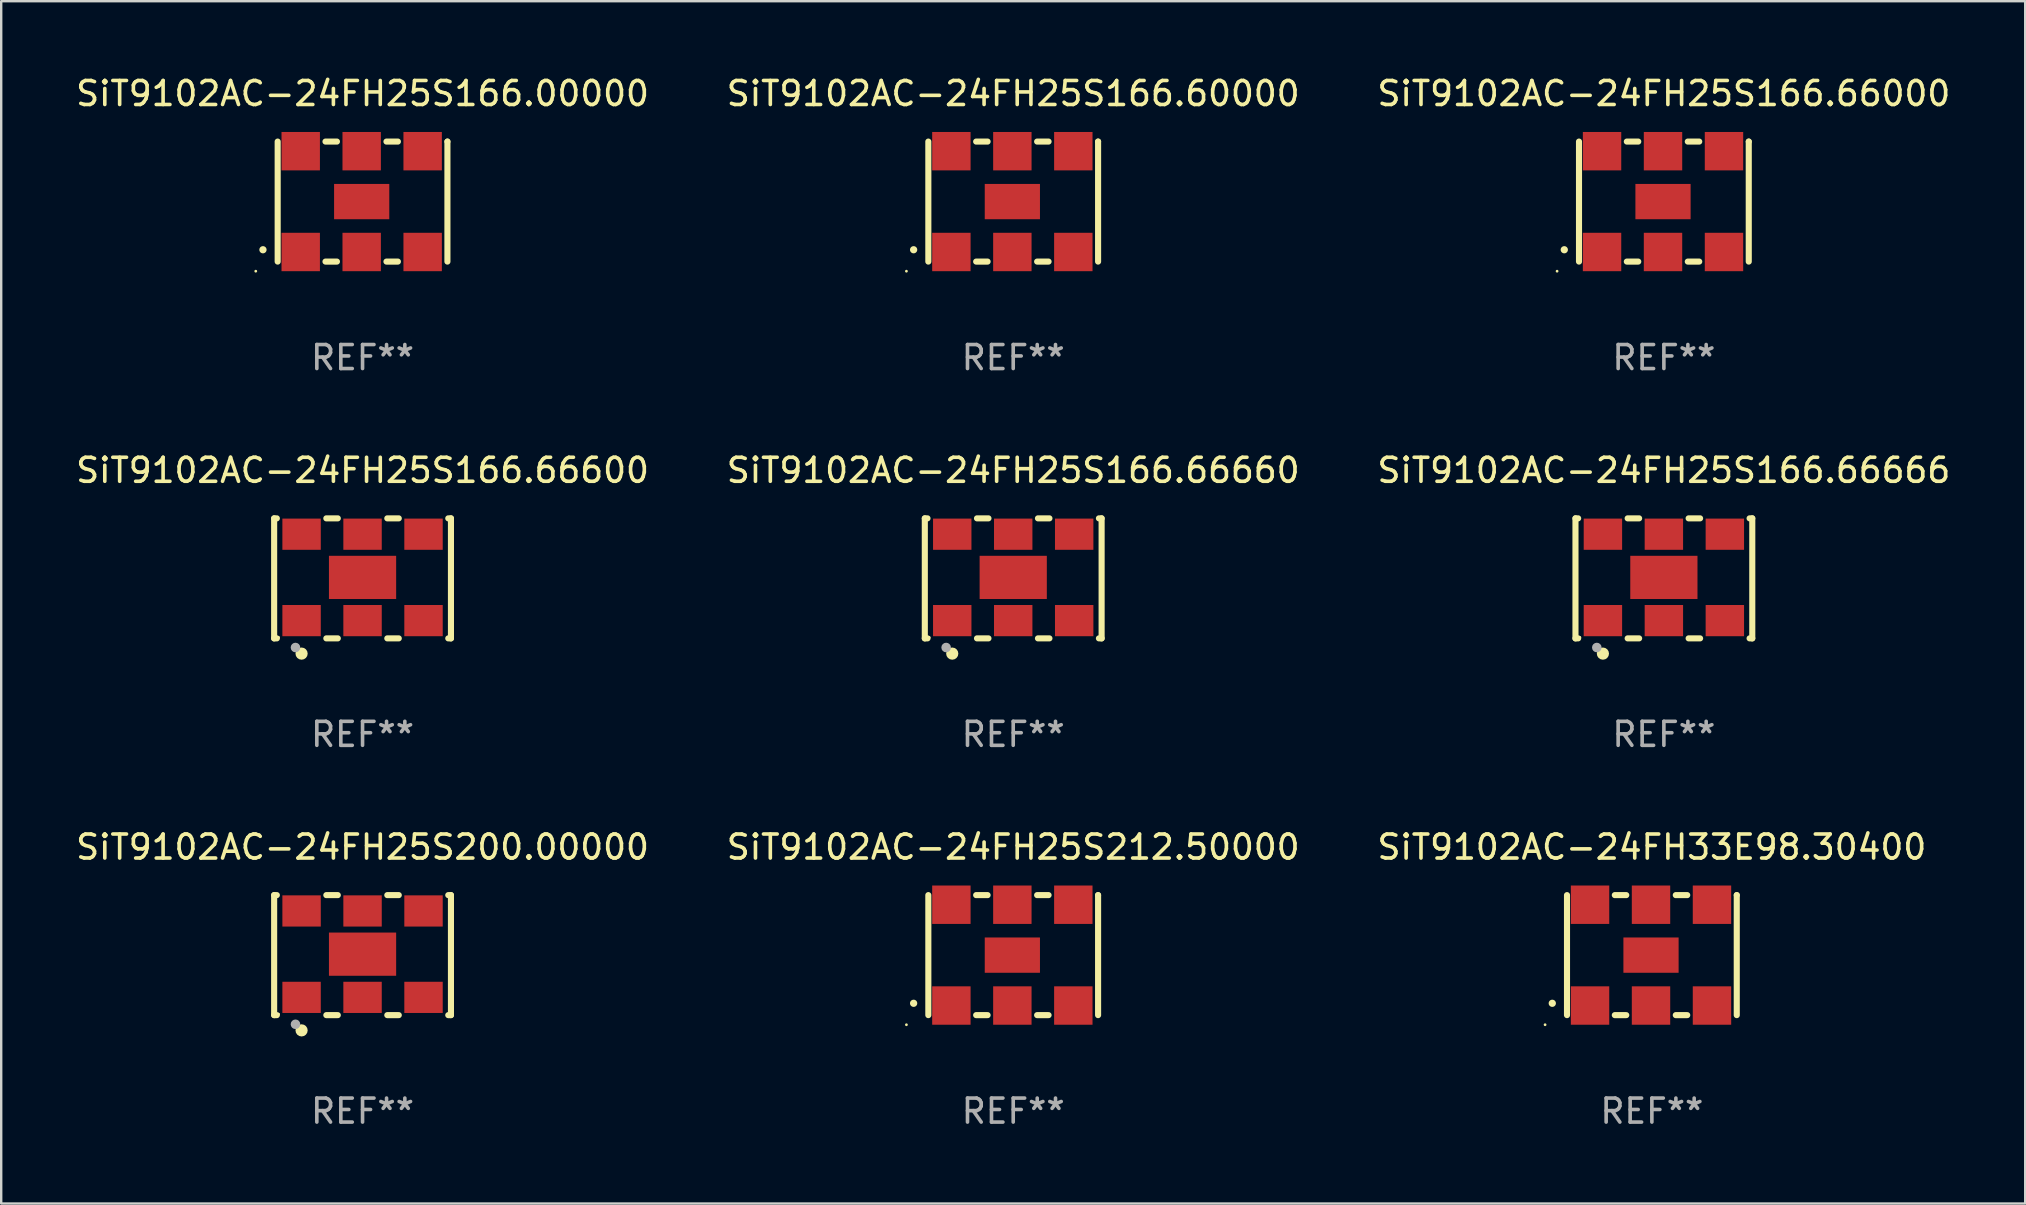
<source format=kicad_pcb>
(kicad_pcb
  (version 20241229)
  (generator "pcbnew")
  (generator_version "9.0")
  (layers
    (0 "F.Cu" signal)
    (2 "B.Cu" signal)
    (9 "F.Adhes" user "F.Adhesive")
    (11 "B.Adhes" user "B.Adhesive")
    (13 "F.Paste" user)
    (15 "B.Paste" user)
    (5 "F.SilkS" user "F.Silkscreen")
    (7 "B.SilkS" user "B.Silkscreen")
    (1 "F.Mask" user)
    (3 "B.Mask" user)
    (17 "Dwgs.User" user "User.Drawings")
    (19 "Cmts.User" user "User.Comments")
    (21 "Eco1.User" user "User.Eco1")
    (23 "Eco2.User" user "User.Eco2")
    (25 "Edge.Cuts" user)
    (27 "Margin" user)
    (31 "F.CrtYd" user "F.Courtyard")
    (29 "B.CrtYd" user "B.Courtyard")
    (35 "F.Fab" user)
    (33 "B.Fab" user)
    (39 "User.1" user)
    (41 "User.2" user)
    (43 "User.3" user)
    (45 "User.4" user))
  (footprint "SiT9102AC-24FH25S166.66000"
    (layer "F.Cu")
    (at 66.268 5.348)
    (property "Reference" "SiT9102AC-24FH25S166.66000" (at 0 -4.5 0) (layer "F.SilkS") (effects (font (size 1 1) (thickness 0.15))))
    (attr through_hole)
    (fp_line (start -3.536 -2.5) (end -3.536 2.5) (stroke (width 0.254) (type solid)) (layer "F.SilkS"))
    (fp_line (start -1.544 2.5) (end -1.067 2.5) (stroke (width 0.254) (type solid)) (layer "F.SilkS"))
    (fp_line (start -1.067 -2.5) (end -1.544 -2.5) (stroke (width 0.254) (type solid)) (layer "F.SilkS"))
    (fp_line (start 0.996 2.5) (end 1.473 2.5) (stroke (width 0.254) (type solid)) (layer "F.SilkS"))
    (fp_line (start 1.473 -2.5) (end 0.996 -2.5) (stroke (width 0.254) (type solid)) (layer "F.SilkS"))
    (fp_line (start 3.536 -2.5) (end 3.536 -2.5) (stroke (width 0.254) (type solid)) (layer "F.SilkS"))
    (fp_line (start 3.536 2.5) (end 3.536 -2.5) (stroke (width 0.254) (type solid)) (layer "F.SilkS"))
    (fp_arc (start -4.150432 2.006604) (mid -4.149162 2.006599) (end -4.147892 2.006604) (stroke (width 0.3) (type solid)) (layer "F.SilkS"))
    (fp_circle (center -4.449 2.9) (end -4.419 2.9) (stroke (width 0.06) (type solid)) (fill no) (layer "F.SilkS"))
    (fp_text user "REF**" (at 0 6.5 0) (layer "F.Fab") (effects (font (size 1 1) (thickness 0.15))))
    (pad "1" smd rect (at -2.576 2.1) (size 1.6 1.6) (layers "F.Cu" "F.Mask" "F.Paste"))
    (pad "2" smd rect (at -0.036 2.1) (size 1.6 1.6) (layers "F.Cu" "F.Mask" "F.Paste"))
    (pad "3" smd rect (at 2.504 2.1) (size 1.6 1.6) (layers "F.Cu" "F.Mask" "F.Paste"))
    (pad "4" smd rect (at 2.504 -2.1) (size 1.6 1.6) (layers "F.Cu" "F.Mask" "F.Paste"))
    (pad "5" smd rect (at -0.036 -2.1) (size 1.6 1.6) (layers "F.Cu" "F.Mask" "F.Paste"))
    (pad "6" smd rect (at -2.576 -2.1) (size 1.6 1.6) (layers "F.Cu" "F.Mask" "F.Paste"))
    (pad "7" smd rect (at -0.036 0) (size 2.3 1.47) (layers "F.Cu" "F.Mask" "F.Paste")))
  (footprint "SiT9102AC-24FH25S200.00000"
    (layer "F.Cu")
    (at 12.054 36.741)
    (property "Reference" "SiT9102AC-24FH25S200.00000" (at 0 -4.5 0) (layer "F.SilkS") (effects (font (size 1 1) (thickness 0.15))))
    (attr through_hole)
    (fp_line (start -3.683 -2.5) (end -3.571 -2.5) (stroke (width 0.254) (type solid)) (layer "F.SilkS"))
    (fp_line (start -3.683 2.5) (end -3.683 -2.5) (stroke (width 0.254) (type solid)) (layer "F.SilkS"))
    (fp_line (start -3.683 2.5) (end -3.571 2.5) (stroke (width 0.254) (type solid)) (layer "F.SilkS"))
    (fp_line (start -1.509 -2.5) (end -1.031 -2.5) (stroke (width 0.254) (type solid)) (layer "F.SilkS"))
    (fp_line (start -1.509 2.5) (end -1.031 2.5) (stroke (width 0.254) (type solid)) (layer "F.SilkS"))
    (fp_line (start 1.031 -2.5) (end 1.509 -2.5) (stroke (width 0.254) (type solid)) (layer "F.SilkS"))
    (fp_line (start 1.031 2.5) (end 1.509 2.5) (stroke (width 0.254) (type solid)) (layer "F.SilkS"))
    (fp_line (start 3.571 -2.5) (end 3.683 -2.5) (stroke (width 0.254) (type solid)) (layer "F.SilkS"))
    (fp_line (start 3.571 2.5) (end 3.683 2.5) (stroke (width 0.254) (type solid)) (layer "F.SilkS"))
    (fp_line (start 3.683 2.5) (end 3.683 -2.5) (stroke (width 0.254) (type solid)) (layer "F.SilkS"))
    (fp_circle (center -3.5 2.46) (end -3.47 2.46) (stroke (width 0.06) (type solid)) (fill no) (layer "F.SilkS"))
    (fp_circle (center -2.54 3.135) (end -2.413 3.135) (stroke (width 0.254) (type solid)) (fill no) (layer "F.SilkS"))
    (fp_circle (center -2.794 2.881) (end -2.694 2.881) (stroke (width 0.2) (type solid)) (fill no) (layer "F.Fab"))
    (fp_text user "REF**" (at 0 6.5 0) (layer "F.Fab") (effects (font (size 1 1) (thickness 0.15))))
    (pad "1" smd rect (at -2.54 1.76) (size 1.6 1.3) (layers "F.Cu" "F.Mask" "F.Paste"))
    (pad "2" smd rect (at 0 1.76) (size 1.6 1.3) (layers "F.Cu" "F.Mask" "F.Paste"))
    (pad "3" smd rect (at 2.54 1.76) (size 1.6 1.3) (layers "F.Cu" "F.Mask" "F.Paste"))
    (pad "4" smd rect (at 2.54 -1.84) (size 1.6 1.3) (layers "F.Cu" "F.Mask" "F.Paste"))
    (pad "5" smd rect (at 0 -1.84) (size 1.6 1.3) (layers "F.Cu" "F.Mask" "F.Paste"))
    (pad "6" smd rect (at -2.54 -1.84) (size 1.6 1.3) (layers "F.Cu" "F.Mask" "F.Paste"))
    (pad "7" smd rect (at 0 -0.04) (size 2.8 1.8) (layers "F.Cu" "F.Mask" "F.Paste")))
  (footprint "SiT9102AC-24FH25S212.50000"
    (layer "F.Cu")
    (at 39.161 36.741)
    (property "Reference" "SiT9102AC-24FH25S212.50000" (at 0 -4.5 0) (layer "F.SilkS") (effects (font (size 1 1) (thickness 0.15))))
    (attr through_hole)
    (fp_line (start -3.536 -2.5) (end -3.536 2.5) (stroke (width 0.254) (type solid)) (layer "F.SilkS"))
    (fp_line (start -1.544 2.5) (end -1.067 2.5) (stroke (width 0.254) (type solid)) (layer "F.SilkS"))
    (fp_line (start -1.067 -2.5) (end -1.544 -2.5) (stroke (width 0.254) (type solid)) (layer "F.SilkS"))
    (fp_line (start 0.996 2.5) (end 1.473 2.5) (stroke (width 0.254) (type solid)) (layer "F.SilkS"))
    (fp_line (start 1.473 -2.5) (end 0.996 -2.5) (stroke (width 0.254) (type solid)) (layer "F.SilkS"))
    (fp_line (start 3.536 -2.5) (end 3.536 -2.5) (stroke (width 0.254) (type solid)) (layer "F.SilkS"))
    (fp_line (start 3.536 2.5) (end 3.536 -2.5) (stroke (width 0.254) (type solid)) (layer "F.SilkS"))
    (fp_arc (start -4.150432 2.006604) (mid -4.149162 2.006599) (end -4.147892 2.006604) (stroke (width 0.3) (type solid)) (layer "F.SilkS"))
    (fp_circle (center -4.449 2.9) (end -4.419 2.9) (stroke (width 0.06) (type solid)) (fill no) (layer "F.SilkS"))
    (fp_text user "REF**" (at 0 6.5 0) (layer "F.Fab") (effects (font (size 1 1) (thickness 0.15))))
    (pad "1" smd rect (at -2.576 2.1) (size 1.6 1.6) (layers "F.Cu" "F.Mask" "F.Paste"))
    (pad "2" smd rect (at -0.036 2.1) (size 1.6 1.6) (layers "F.Cu" "F.Mask" "F.Paste"))
    (pad "3" smd rect (at 2.504 2.1) (size 1.6 1.6) (layers "F.Cu" "F.Mask" "F.Paste"))
    (pad "4" smd rect (at 2.504 -2.1) (size 1.6 1.6) (layers "F.Cu" "F.Mask" "F.Paste"))
    (pad "5" smd rect (at -0.036 -2.1) (size 1.6 1.6) (layers "F.Cu" "F.Mask" "F.Paste"))
    (pad "6" smd rect (at -2.576 -2.1) (size 1.6 1.6) (layers "F.Cu" "F.Mask" "F.Paste"))
    (pad "7" smd rect (at -0.036 0) (size 2.3 1.47) (layers "F.Cu" "F.Mask" "F.Paste")))
  (footprint "SiT9102AC-24FH25S166.60000"
    (layer "F.Cu")
    (at 39.161 5.348)
    (property "Reference" "SiT9102AC-24FH25S166.60000" (at 0 -4.5 0) (layer "F.SilkS") (effects (font (size 1 1) (thickness 0.15))))
    (attr through_hole)
    (fp_line (start -3.536 -2.5) (end -3.536 2.5) (stroke (width 0.254) (type solid)) (layer "F.SilkS"))
    (fp_line (start -1.544 2.5) (end -1.067 2.5) (stroke (width 0.254) (type solid)) (layer "F.SilkS"))
    (fp_line (start -1.067 -2.5) (end -1.544 -2.5) (stroke (width 0.254) (type solid)) (layer "F.SilkS"))
    (fp_line (start 0.996 2.5) (end 1.473 2.5) (stroke (width 0.254) (type solid)) (layer "F.SilkS"))
    (fp_line (start 1.473 -2.5) (end 0.996 -2.5) (stroke (width 0.254) (type solid)) (layer "F.SilkS"))
    (fp_line (start 3.536 -2.5) (end 3.536 -2.5) (stroke (width 0.254) (type solid)) (layer "F.SilkS"))
    (fp_line (start 3.536 2.5) (end 3.536 -2.5) (stroke (width 0.254) (type solid)) (layer "F.SilkS"))
    (fp_arc (start -4.150432 2.006604) (mid -4.149162 2.006599) (end -4.147892 2.006604) (stroke (width 0.3) (type solid)) (layer "F.SilkS"))
    (fp_circle (center -4.449 2.9) (end -4.419 2.9) (stroke (width 0.06) (type solid)) (fill no) (layer "F.SilkS"))
    (fp_text user "REF**" (at 0 6.5 0) (layer "F.Fab") (effects (font (size 1 1) (thickness 0.15))))
    (pad "1" smd rect (at -2.576 2.1) (size 1.6 1.6) (layers "F.Cu" "F.Mask" "F.Paste"))
    (pad "2" smd rect (at -0.036 2.1) (size 1.6 1.6) (layers "F.Cu" "F.Mask" "F.Paste"))
    (pad "3" smd rect (at 2.504 2.1) (size 1.6 1.6) (layers "F.Cu" "F.Mask" "F.Paste"))
    (pad "4" smd rect (at 2.504 -2.1) (size 1.6 1.6) (layers "F.Cu" "F.Mask" "F.Paste"))
    (pad "5" smd rect (at -0.036 -2.1) (size 1.6 1.6) (layers "F.Cu" "F.Mask" "F.Paste"))
    (pad "6" smd rect (at -2.576 -2.1) (size 1.6 1.6) (layers "F.Cu" "F.Mask" "F.Paste"))
    (pad "7" smd rect (at -0.036 0) (size 2.3 1.47) (layers "F.Cu" "F.Mask" "F.Paste")))
  (footprint "SiT9102AC-24FH33E98.30400"
    (layer "F.Cu")
    (at 65.768 36.741)
    (property "Reference" "SiT9102AC-24FH33E98.30400" (at 0 -4.5 0) (layer "F.SilkS") (effects (font (size 1 1) (thickness 0.15))))
    (attr through_hole)
    (fp_line (start -3.536 -2.5) (end -3.536 2.5) (stroke (width 0.254) (type solid)) (layer "F.SilkS"))
    (fp_line (start -1.544 2.5) (end -1.067 2.5) (stroke (width 0.254) (type solid)) (layer "F.SilkS"))
    (fp_line (start -1.067 -2.5) (end -1.544 -2.5) (stroke (width 0.254) (type solid)) (layer "F.SilkS"))
    (fp_line (start 0.996 2.5) (end 1.473 2.5) (stroke (width 0.254) (type solid)) (layer "F.SilkS"))
    (fp_line (start 1.473 -2.5) (end 0.996 -2.5) (stroke (width 0.254) (type solid)) (layer "F.SilkS"))
    (fp_line (start 3.536 -2.5) (end 3.536 -2.5) (stroke (width 0.254) (type solid)) (layer "F.SilkS"))
    (fp_line (start 3.536 2.5) (end 3.536 -2.5) (stroke (width 0.254) (type solid)) (layer "F.SilkS"))
    (fp_arc (start -4.150432 2.006604) (mid -4.149162 2.006599) (end -4.147892 2.006604) (stroke (width 0.3) (type solid)) (layer "F.SilkS"))
    (fp_circle (center -4.449 2.9) (end -4.419 2.9) (stroke (width 0.06) (type solid)) (fill no) (layer "F.SilkS"))
    (fp_text user "REF**" (at 0 6.5 0) (layer "F.Fab") (effects (font (size 1 1) (thickness 0.15))))
    (pad "1" smd rect (at -2.576 2.1) (size 1.6 1.6) (layers "F.Cu" "F.Mask" "F.Paste"))
    (pad "2" smd rect (at -0.036 2.1) (size 1.6 1.6) (layers "F.Cu" "F.Mask" "F.Paste"))
    (pad "3" smd rect (at 2.504 2.1) (size 1.6 1.6) (layers "F.Cu" "F.Mask" "F.Paste"))
    (pad "4" smd rect (at 2.504 -2.1) (size 1.6 1.6) (layers "F.Cu" "F.Mask" "F.Paste"))
    (pad "5" smd rect (at -0.036 -2.1) (size 1.6 1.6) (layers "F.Cu" "F.Mask" "F.Paste"))
    (pad "6" smd rect (at -2.576 -2.1) (size 1.6 1.6) (layers "F.Cu" "F.Mask" "F.Paste"))
    (pad "7" smd rect (at -0.036 0) (size 2.3 1.47) (layers "F.Cu" "F.Mask" "F.Paste")))
  (footprint "SiT9102AC-24FH25S166.66666"
    (layer "F.Cu")
    (at 66.268 21.045)
    (property "Reference" "SiT9102AC-24FH25S166.66666" (at 0 -4.5 0) (layer "F.SilkS") (effects (font (size 1 1) (thickness 0.15))))
    (attr through_hole)
    (fp_line (start -3.683 -2.5) (end -3.571 -2.5) (stroke (width 0.254) (type solid)) (layer "F.SilkS"))
    (fp_line (start -3.683 2.5) (end -3.683 -2.5) (stroke (width 0.254) (type solid)) (layer "F.SilkS"))
    (fp_line (start -3.683 2.5) (end -3.571 2.5) (stroke (width 0.254) (type solid)) (layer "F.SilkS"))
    (fp_line (start -1.509 -2.5) (end -1.031 -2.5) (stroke (width 0.254) (type solid)) (layer "F.SilkS"))
    (fp_line (start -1.509 2.5) (end -1.031 2.5) (stroke (width 0.254) (type solid)) (layer "F.SilkS"))
    (fp_line (start 1.031 -2.5) (end 1.509 -2.5) (stroke (width 0.254) (type solid)) (layer "F.SilkS"))
    (fp_line (start 1.031 2.5) (end 1.509 2.5) (stroke (width 0.254) (type solid)) (layer "F.SilkS"))
    (fp_line (start 3.571 -2.5) (end 3.683 -2.5) (stroke (width 0.254) (type solid)) (layer "F.SilkS"))
    (fp_line (start 3.571 2.5) (end 3.683 2.5) (stroke (width 0.254) (type solid)) (layer "F.SilkS"))
    (fp_line (start 3.683 2.5) (end 3.683 -2.5) (stroke (width 0.254) (type solid)) (layer "F.SilkS"))
    (fp_circle (center -3.5 2.46) (end -3.47 2.46) (stroke (width 0.06) (type solid)) (fill no) (layer "F.SilkS"))
    (fp_circle (center -2.54 3.135) (end -2.413 3.135) (stroke (width 0.254) (type solid)) (fill no) (layer "F.SilkS"))
    (fp_circle (center -2.794 2.881) (end -2.694 2.881) (stroke (width 0.2) (type solid)) (fill no) (layer "F.Fab"))
    (fp_text user "REF**" (at 0 6.5 0) (layer "F.Fab") (effects (font (size 1 1) (thickness 0.15))))
    (pad "1" smd rect (at -2.54 1.76) (size 1.6 1.3) (layers "F.Cu" "F.Mask" "F.Paste"))
    (pad "2" smd rect (at 0 1.76) (size 1.6 1.3) (layers "F.Cu" "F.Mask" "F.Paste"))
    (pad "3" smd rect (at 2.54 1.76) (size 1.6 1.3) (layers "F.Cu" "F.Mask" "F.Paste"))
    (pad "4" smd rect (at 2.54 -1.84) (size 1.6 1.3) (layers "F.Cu" "F.Mask" "F.Paste"))
    (pad "5" smd rect (at 0 -1.84) (size 1.6 1.3) (layers "F.Cu" "F.Mask" "F.Paste"))
    (pad "6" smd rect (at -2.54 -1.84) (size 1.6 1.3) (layers "F.Cu" "F.Mask" "F.Paste"))
    (pad "7" smd rect (at 0 -0.04) (size 2.8 1.8) (layers "F.Cu" "F.Mask" "F.Paste")))
  (footprint "SiT9102AC-24FH25S166.66600"
    (layer "F.Cu")
    (at 12.054 21.045)
    (property "Reference" "SiT9102AC-24FH25S166.66600" (at 0 -4.5 0) (layer "F.SilkS") (effects (font (size 1 1) (thickness 0.15))))
    (attr through_hole)
    (fp_line (start -3.683 -2.5) (end -3.571 -2.5) (stroke (width 0.254) (type solid)) (layer "F.SilkS"))
    (fp_line (start -3.683 2.5) (end -3.683 -2.5) (stroke (width 0.254) (type solid)) (layer "F.SilkS"))
    (fp_line (start -3.683 2.5) (end -3.571 2.5) (stroke (width 0.254) (type solid)) (layer "F.SilkS"))
    (fp_line (start -1.509 -2.5) (end -1.031 -2.5) (stroke (width 0.254) (type solid)) (layer "F.SilkS"))
    (fp_line (start -1.509 2.5) (end -1.031 2.5) (stroke (width 0.254) (type solid)) (layer "F.SilkS"))
    (fp_line (start 1.031 -2.5) (end 1.509 -2.5) (stroke (width 0.254) (type solid)) (layer "F.SilkS"))
    (fp_line (start 1.031 2.5) (end 1.509 2.5) (stroke (width 0.254) (type solid)) (layer "F.SilkS"))
    (fp_line (start 3.571 -2.5) (end 3.683 -2.5) (stroke (width 0.254) (type solid)) (layer "F.SilkS"))
    (fp_line (start 3.571 2.5) (end 3.683 2.5) (stroke (width 0.254) (type solid)) (layer "F.SilkS"))
    (fp_line (start 3.683 2.5) (end 3.683 -2.5) (stroke (width 0.254) (type solid)) (layer "F.SilkS"))
    (fp_circle (center -3.5 2.46) (end -3.47 2.46) (stroke (width 0.06) (type solid)) (fill no) (layer "F.SilkS"))
    (fp_circle (center -2.54 3.135) (end -2.413 3.135) (stroke (width 0.254) (type solid)) (fill no) (layer "F.SilkS"))
    (fp_circle (center -2.794 2.881) (end -2.694 2.881) (stroke (width 0.2) (type solid)) (fill no) (layer "F.Fab"))
    (fp_text user "REF**" (at 0 6.5 0) (layer "F.Fab") (effects (font (size 1 1) (thickness 0.15))))
    (pad "1" smd rect (at -2.54 1.76) (size 1.6 1.3) (layers "F.Cu" "F.Mask" "F.Paste"))
    (pad "2" smd rect (at 0 1.76) (size 1.6 1.3) (layers "F.Cu" "F.Mask" "F.Paste"))
    (pad "3" smd rect (at 2.54 1.76) (size 1.6 1.3) (layers "F.Cu" "F.Mask" "F.Paste"))
    (pad "4" smd rect (at 2.54 -1.84) (size 1.6 1.3) (layers "F.Cu" "F.Mask" "F.Paste"))
    (pad "5" smd rect (at 0 -1.84) (size 1.6 1.3) (layers "F.Cu" "F.Mask" "F.Paste"))
    (pad "6" smd rect (at -2.54 -1.84) (size 1.6 1.3) (layers "F.Cu" "F.Mask" "F.Paste"))
    (pad "7" smd rect (at 0 -0.04) (size 2.8 1.8) (layers "F.Cu" "F.Mask" "F.Paste")))
  (footprint "SiT9102AC-24FH25S166.66660"
    (layer "F.Cu")
    (at 39.161 21.045)
    (property "Reference" "SiT9102AC-24FH25S166.66660" (at 0 -4.5 0) (layer "F.SilkS") (effects (font (size 1 1) (thickness 0.15))))
    (attr through_hole)
    (fp_line (start -3.683 -2.5) (end -3.571 -2.5) (stroke (width 0.254) (type solid)) (layer "F.SilkS"))
    (fp_line (start -3.683 2.5) (end -3.683 -2.5) (stroke (width 0.254) (type solid)) (layer "F.SilkS"))
    (fp_line (start -3.683 2.5) (end -3.571 2.5) (stroke (width 0.254) (type solid)) (layer "F.SilkS"))
    (fp_line (start -1.509 -2.5) (end -1.031 -2.5) (stroke (width 0.254) (type solid)) (layer "F.SilkS"))
    (fp_line (start -1.509 2.5) (end -1.031 2.5) (stroke (width 0.254) (type solid)) (layer "F.SilkS"))
    (fp_line (start 1.031 -2.5) (end 1.509 -2.5) (stroke (width 0.254) (type solid)) (layer "F.SilkS"))
    (fp_line (start 1.031 2.5) (end 1.509 2.5) (stroke (width 0.254) (type solid)) (layer "F.SilkS"))
    (fp_line (start 3.571 -2.5) (end 3.683 -2.5) (stroke (width 0.254) (type solid)) (layer "F.SilkS"))
    (fp_line (start 3.571 2.5) (end 3.683 2.5) (stroke (width 0.254) (type solid)) (layer "F.SilkS"))
    (fp_line (start 3.683 2.5) (end 3.683 -2.5) (stroke (width 0.254) (type solid)) (layer "F.SilkS"))
    (fp_circle (center -3.5 2.46) (end -3.47 2.46) (stroke (width 0.06) (type solid)) (fill no) (layer "F.SilkS"))
    (fp_circle (center -2.54 3.135) (end -2.413 3.135) (stroke (width 0.254) (type solid)) (fill no) (layer "F.SilkS"))
    (fp_circle (center -2.794 2.881) (end -2.694 2.881) (stroke (width 0.2) (type solid)) (fill no) (layer "F.Fab"))
    (fp_text user "REF**" (at 0 6.5 0) (layer "F.Fab") (effects (font (size 1 1) (thickness 0.15))))
    (pad "1" smd rect (at -2.54 1.76) (size 1.6 1.3) (layers "F.Cu" "F.Mask" "F.Paste"))
    (pad "2" smd rect (at 0 1.76) (size 1.6 1.3) (layers "F.Cu" "F.Mask" "F.Paste"))
    (pad "3" smd rect (at 2.54 1.76) (size 1.6 1.3) (layers "F.Cu" "F.Mask" "F.Paste"))
    (pad "4" smd rect (at 2.54 -1.84) (size 1.6 1.3) (layers "F.Cu" "F.Mask" "F.Paste"))
    (pad "5" smd rect (at 0 -1.84) (size 1.6 1.3) (layers "F.Cu" "F.Mask" "F.Paste"))
    (pad "6" smd rect (at -2.54 -1.84) (size 1.6 1.3) (layers "F.Cu" "F.Mask" "F.Paste"))
    (pad "7" smd rect (at 0 -0.04) (size 2.8 1.8) (layers "F.Cu" "F.Mask" "F.Paste")))
  (footprint "SiT9102AC-24FH25S166.00000"
    (layer "F.Cu")
    (at 12.054 5.348)
    (property "Reference" "SiT9102AC-24FH25S166.00000" (at 0 -4.5 0) (layer "F.SilkS") (effects (font (size 1 1) (thickness 0.15))))
    (attr through_hole)
    (fp_line (start -3.536 -2.5) (end -3.536 2.5) (stroke (width 0.254) (type solid)) (layer "F.SilkS"))
    (fp_line (start -1.544 2.5) (end -1.067 2.5) (stroke (width 0.254) (type solid)) (layer "F.SilkS"))
    (fp_line (start -1.067 -2.5) (end -1.544 -2.5) (stroke (width 0.254) (type solid)) (layer "F.SilkS"))
    (fp_line (start 0.996 2.5) (end 1.473 2.5) (stroke (width 0.254) (type solid)) (layer "F.SilkS"))
    (fp_line (start 1.473 -2.5) (end 0.996 -2.5) (stroke (width 0.254) (type solid)) (layer "F.SilkS"))
    (fp_line (start 3.536 -2.5) (end 3.536 -2.5) (stroke (width 0.254) (type solid)) (layer "F.SilkS"))
    (fp_line (start 3.536 2.5) (end 3.536 -2.5) (stroke (width 0.254) (type solid)) (layer "F.SilkS"))
    (fp_arc (start -4.150432 2.006604) (mid -4.149162 2.006599) (end -4.147892 2.006604) (stroke (width 0.3) (type solid)) (layer "F.SilkS"))
    (fp_circle (center -4.449 2.9) (end -4.419 2.9) (stroke (width 0.06) (type solid)) (fill no) (layer "F.SilkS"))
    (fp_text user "REF**" (at 0 6.5 0) (layer "F.Fab") (effects (font (size 1 1) (thickness 0.15))))
    (pad "1" smd rect (at -2.576 2.1) (size 1.6 1.6) (layers "F.Cu" "F.Mask" "F.Paste"))
    (pad "2" smd rect (at -0.036 2.1) (size 1.6 1.6) (layers "F.Cu" "F.Mask" "F.Paste"))
    (pad "3" smd rect (at 2.504 2.1) (size 1.6 1.6) (layers "F.Cu" "F.Mask" "F.Paste"))
    (pad "4" smd rect (at 2.504 -2.1) (size 1.6 1.6) (layers "F.Cu" "F.Mask" "F.Paste"))
    (pad "5" smd rect (at -0.036 -2.1) (size 1.6 1.6) (layers "F.Cu" "F.Mask" "F.Paste"))
    (pad "6" smd rect (at -2.576 -2.1) (size 1.6 1.6) (layers "F.Cu" "F.Mask" "F.Paste"))
    (pad "7" smd rect (at -0.036 0) (size 2.3 1.47) (layers "F.Cu" "F.Mask" "F.Paste")))
  (gr_rect
    (start -3 -3)
    (end 81.321 47.09)
    (stroke (width 0.1) (type default))
    (fill no)
    (layer "Edge.Cuts")))
</source>
